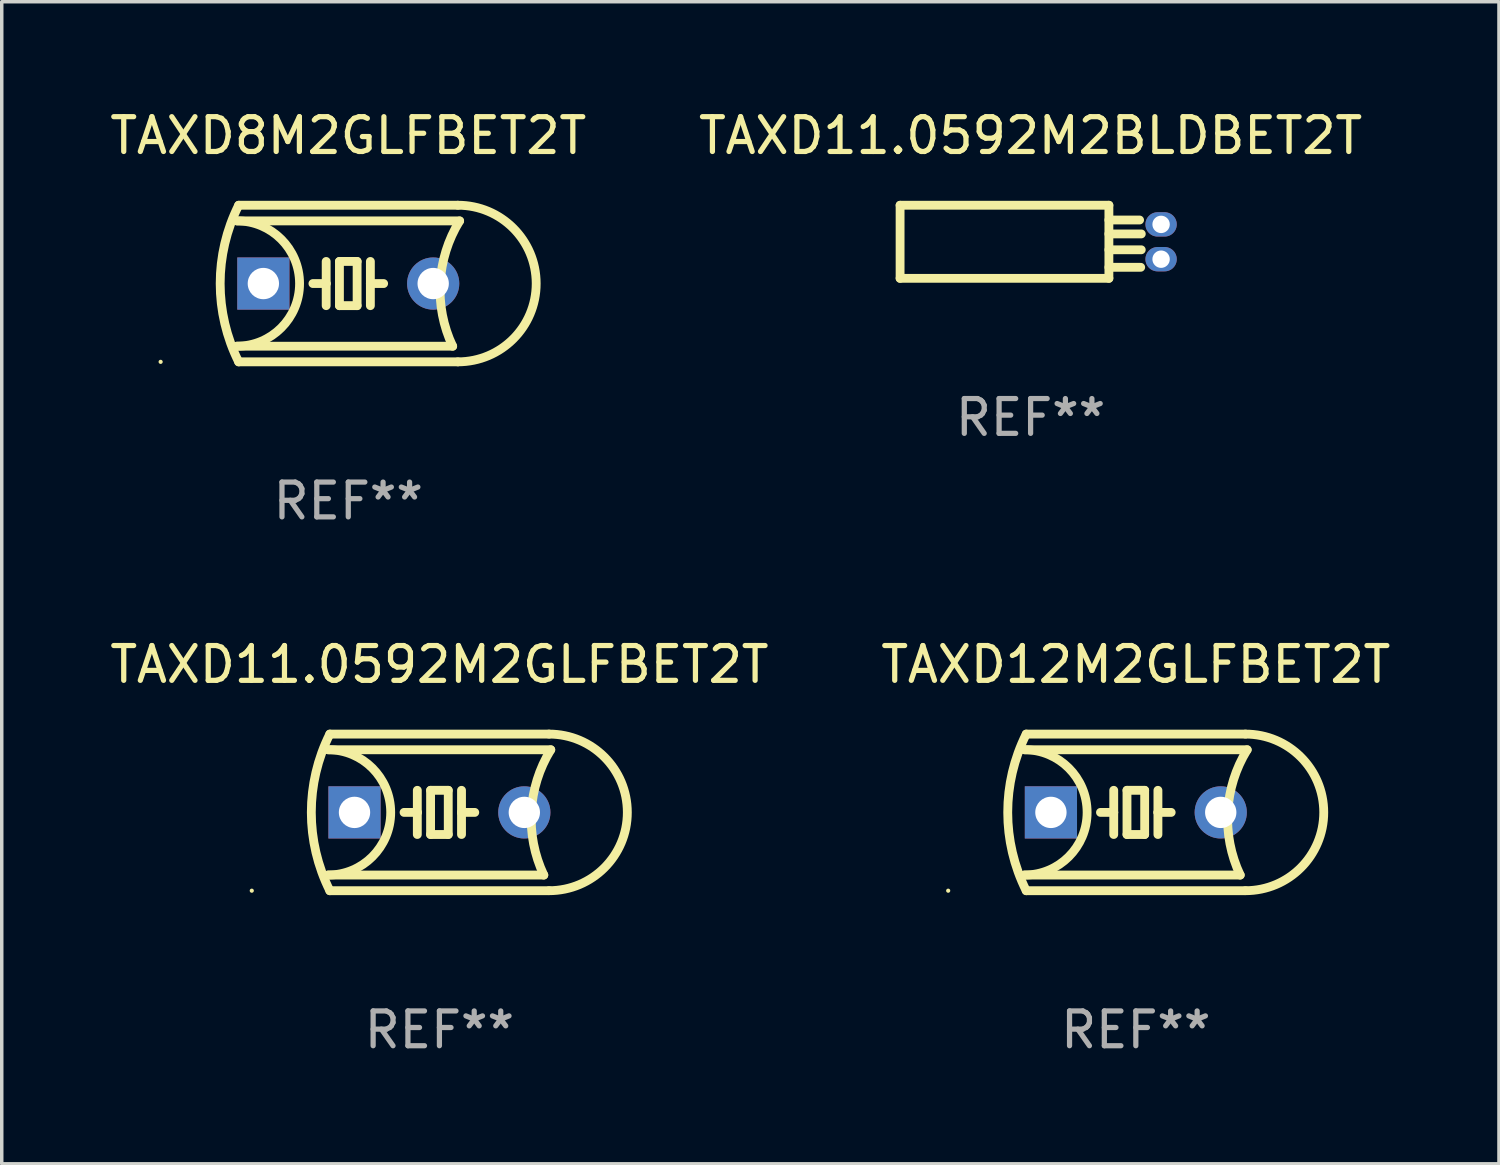
<source format=kicad_pcb>
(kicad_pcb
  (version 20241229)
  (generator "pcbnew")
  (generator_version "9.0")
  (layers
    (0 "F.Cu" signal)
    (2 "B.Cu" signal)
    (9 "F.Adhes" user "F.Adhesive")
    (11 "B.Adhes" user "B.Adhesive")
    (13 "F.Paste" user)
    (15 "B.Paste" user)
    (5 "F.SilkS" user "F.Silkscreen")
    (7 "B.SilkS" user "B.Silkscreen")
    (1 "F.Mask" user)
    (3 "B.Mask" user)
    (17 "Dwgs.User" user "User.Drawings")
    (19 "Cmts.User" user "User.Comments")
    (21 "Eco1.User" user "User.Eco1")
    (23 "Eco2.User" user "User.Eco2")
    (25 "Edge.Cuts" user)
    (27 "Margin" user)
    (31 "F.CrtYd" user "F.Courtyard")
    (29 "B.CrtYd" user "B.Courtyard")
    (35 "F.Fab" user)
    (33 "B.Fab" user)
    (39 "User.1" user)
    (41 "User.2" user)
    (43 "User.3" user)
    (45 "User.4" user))
  (footprint "TAXD11.0592M2GLFBET2T"
    (layer "F.Cu")
    (at 9.577 20.295)
    (property "Reference" "TAXD11.0592M2GLFBET2T" (at 0 -4.25 0) (layer "F.SilkS") (effects (font (size 1 1) (thickness 0.15))))
    (attr through_hole)
    (fp_line (start -3.2 -1.8) (end 3.2 -1.8) (stroke (width 0.254) (type solid)) (layer "F.SilkS"))
    (fp_line (start -3.15 2.25) (end 3.15 2.25) (stroke (width 0.254) (type solid)) (layer "F.SilkS"))
    (fp_line (start -0.635 -0.635) (end -0.635 0) (stroke (width 0.254) (type solid)) (layer "F.SilkS"))
    (fp_line (start -0.635 0) (end -1.016 0) (stroke (width 0.254) (type solid)) (layer "F.SilkS"))
    (fp_line (start -0.635 0) (end -0.635 0.635) (stroke (width 0.254) (type solid)) (layer "F.SilkS"))
    (fp_line (start -0.254 -0.635) (end -0.254 0.635) (stroke (width 0.254) (type solid)) (layer "F.SilkS"))
    (fp_line (start -0.254 0.635) (end 0.254 0.635) (stroke (width 0.254) (type solid)) (layer "F.SilkS"))
    (fp_line (start 0.254 -0.635) (end -0.254 -0.635) (stroke (width 0.254) (type solid)) (layer "F.SilkS"))
    (fp_line (start 0.254 0.635) (end 0.254 -0.635) (stroke (width 0.254) (type solid)) (layer "F.SilkS"))
    (fp_line (start 0.635 -0.635) (end 0.635 0) (stroke (width 0.254) (type solid)) (layer "F.SilkS"))
    (fp_line (start 0.635 0) (end 0.635 0.635) (stroke (width 0.254) (type solid)) (layer "F.SilkS"))
    (fp_line (start 0.635 0) (end 1.016 0) (stroke (width 0.254) (type solid)) (layer "F.SilkS"))
    (fp_line (start 3 1.8) (end -3.2 1.8) (stroke (width 0.254) (type solid)) (layer "F.SilkS"))
    (fp_line (start 3.15 -2.25) (end -3.15 -2.25) (stroke (width 0.254) (type solid)) (layer "F.SilkS"))
    (fp_arc (start -3.200406 -1.800864) (mid -1.399974 -0.000635) (end -3.2 1.8) (stroke (width 0.254001) (type solid)) (layer "F.SilkS"))
    (fp_arc (start -3.149606 2.250444) (mid -3.680941 0.000261) (end -3.149987 -2.250013) (stroke (width 0.254001) (type solid)) (layer "F.SilkS"))
    (fp_arc (start 2.999746 1.800863) (mid 2.642982 -0.024977) (end 3.2 -1.8) (stroke (width 0.254001) (type solid)) (layer "F.SilkS"))
    (fp_arc (start 3.149607 -2.250445) (mid 5.399848 -0.000406) (end 3.149987 2.250013) (stroke (width 0.254001) (type solid)) (layer "F.SilkS"))
    (fp_circle (center -5.392 2.25) (end -5.362 2.25) (stroke (width 0.06) (type solid)) (fill no) (layer "F.SilkS"))
    (fp_text user "REF**" (at 0 6.25 0) (layer "F.Fab") (effects (font (size 1 1) (thickness 0.15))))
    (pad "1" thru_hole rect (at -2.44 0) (size 1.5 1.5) (drill 0.9) (layers "*.Cu" "*.Mask"))
    (pad "2" thru_hole circle (at 2.44 0) (size 1.5 1.5) (drill 0.9) (layers "*.Cu" "*.Mask")))
  (footprint "TAXD12M2GLFBET2T"
    (layer "F.Cu")
    (at 29.589 20.295)
    (property "Reference" "TAXD12M2GLFBET2T" (at 0 -4.25 0) (layer "F.SilkS") (effects (font (size 1 1) (thickness 0.15))))
    (attr through_hole)
    (fp_line (start -3.2 -1.8) (end 3.2 -1.8) (stroke (width 0.254) (type solid)) (layer "F.SilkS"))
    (fp_line (start -3.15 2.25) (end 3.15 2.25) (stroke (width 0.254) (type solid)) (layer "F.SilkS"))
    (fp_line (start -0.635 -0.635) (end -0.635 0) (stroke (width 0.254) (type solid)) (layer "F.SilkS"))
    (fp_line (start -0.635 0) (end -1.016 0) (stroke (width 0.254) (type solid)) (layer "F.SilkS"))
    (fp_line (start -0.635 0) (end -0.635 0.635) (stroke (width 0.254) (type solid)) (layer "F.SilkS"))
    (fp_line (start -0.254 -0.635) (end -0.254 0.635) (stroke (width 0.254) (type solid)) (layer "F.SilkS"))
    (fp_line (start -0.254 0.635) (end 0.254 0.635) (stroke (width 0.254) (type solid)) (layer "F.SilkS"))
    (fp_line (start 0.254 -0.635) (end -0.254 -0.635) (stroke (width 0.254) (type solid)) (layer "F.SilkS"))
    (fp_line (start 0.254 0.635) (end 0.254 -0.635) (stroke (width 0.254) (type solid)) (layer "F.SilkS"))
    (fp_line (start 0.635 -0.635) (end 0.635 0) (stroke (width 0.254) (type solid)) (layer "F.SilkS"))
    (fp_line (start 0.635 0) (end 0.635 0.635) (stroke (width 0.254) (type solid)) (layer "F.SilkS"))
    (fp_line (start 0.635 0) (end 1.016 0) (stroke (width 0.254) (type solid)) (layer "F.SilkS"))
    (fp_line (start 3 1.8) (end -3.2 1.8) (stroke (width 0.254) (type solid)) (layer "F.SilkS"))
    (fp_line (start 3.15 -2.25) (end -3.15 -2.25) (stroke (width 0.254) (type solid)) (layer "F.SilkS"))
    (fp_arc (start -3.200406 -1.800864) (mid -1.399974 -0.000635) (end -3.2 1.8) (stroke (width 0.254001) (type solid)) (layer "F.SilkS"))
    (fp_arc (start -3.149606 2.250444) (mid -3.680941 0.000261) (end -3.149987 -2.250013) (stroke (width 0.254001) (type solid)) (layer "F.SilkS"))
    (fp_arc (start 2.999746 1.800863) (mid 2.642982 -0.024977) (end 3.2 -1.8) (stroke (width 0.254001) (type solid)) (layer "F.SilkS"))
    (fp_arc (start 3.149607 -2.250445) (mid 5.399848 -0.000406) (end 3.149987 2.250013) (stroke (width 0.254001) (type solid)) (layer "F.SilkS"))
    (fp_circle (center -5.392 2.25) (end -5.362 2.25) (stroke (width 0.06) (type solid)) (fill no) (layer "F.SilkS"))
    (fp_text user "REF**" (at 0 6.25 0) (layer "F.Fab") (effects (font (size 1 1) (thickness 0.15))))
    (pad "1" thru_hole rect (at -2.44 0) (size 1.5 1.5) (drill 0.9) (layers "*.Cu" "*.Mask"))
    (pad "2" thru_hole circle (at 2.44 0) (size 1.5 1.5) (drill 0.9) (layers "*.Cu" "*.Mask")))
  (footprint "TAXD8M2GLFBET2T"
    (layer "F.Cu")
    (at 6.958 5.098)
    (property "Reference" "TAXD8M2GLFBET2T" (at 0 -4.25 0) (layer "F.SilkS") (effects (font (size 1 1) (thickness 0.15))))
    (attr through_hole)
    (fp_line (start -3.2 -1.8) (end 3.2 -1.8) (stroke (width 0.254) (type solid)) (layer "F.SilkS"))
    (fp_line (start -3.15 2.25) (end 3.15 2.25) (stroke (width 0.254) (type solid)) (layer "F.SilkS"))
    (fp_line (start -0.635 -0.635) (end -0.635 0) (stroke (width 0.254) (type solid)) (layer "F.SilkS"))
    (fp_line (start -0.635 0) (end -1.016 0) (stroke (width 0.254) (type solid)) (layer "F.SilkS"))
    (fp_line (start -0.635 0) (end -0.635 0.635) (stroke (width 0.254) (type solid)) (layer "F.SilkS"))
    (fp_line (start -0.254 -0.635) (end -0.254 0.635) (stroke (width 0.254) (type solid)) (layer "F.SilkS"))
    (fp_line (start -0.254 0.635) (end 0.254 0.635) (stroke (width 0.254) (type solid)) (layer "F.SilkS"))
    (fp_line (start 0.254 -0.635) (end -0.254 -0.635) (stroke (width 0.254) (type solid)) (layer "F.SilkS"))
    (fp_line (start 0.254 0.635) (end 0.254 -0.635) (stroke (width 0.254) (type solid)) (layer "F.SilkS"))
    (fp_line (start 0.635 -0.635) (end 0.635 0) (stroke (width 0.254) (type solid)) (layer "F.SilkS"))
    (fp_line (start 0.635 0) (end 0.635 0.635) (stroke (width 0.254) (type solid)) (layer "F.SilkS"))
    (fp_line (start 0.635 0) (end 1.016 0) (stroke (width 0.254) (type solid)) (layer "F.SilkS"))
    (fp_line (start 3 1.8) (end -3.2 1.8) (stroke (width 0.254) (type solid)) (layer "F.SilkS"))
    (fp_line (start 3.15 -2.25) (end -3.15 -2.25) (stroke (width 0.254) (type solid)) (layer "F.SilkS"))
    (fp_arc (start -3.200406 -1.800864) (mid -1.399974 -0.000635) (end -3.2 1.8) (stroke (width 0.254001) (type solid)) (layer "F.SilkS"))
    (fp_arc (start -3.149606 2.250444) (mid -3.680941 0.000261) (end -3.149987 -2.250013) (stroke (width 0.254001) (type solid)) (layer "F.SilkS"))
    (fp_arc (start 2.999746 1.800863) (mid 2.642982 -0.024977) (end 3.2 -1.8) (stroke (width 0.254001) (type solid)) (layer "F.SilkS"))
    (fp_arc (start 3.149607 -2.250445) (mid 5.399848 -0.000406) (end 3.149987 2.250013) (stroke (width 0.254001) (type solid)) (layer "F.SilkS"))
    (fp_circle (center -5.392 2.25) (end -5.362 2.25) (stroke (width 0.06) (type solid)) (fill no) (layer "F.SilkS"))
    (fp_text user "REF**" (at 0 6.25 0) (layer "F.Fab") (effects (font (size 1 1) (thickness 0.15))))
    (pad "1" thru_hole rect (at -2.44 0) (size 1.5 1.5) (drill 0.9) (layers "*.Cu" "*.Mask"))
    (pad "2" thru_hole circle (at 2.44 0) (size 1.5 1.5) (drill 0.9) (layers "*.Cu" "*.Mask")))
  (footprint "TAXD11.0592M2BLDBET2T"
    (layer "F.Cu")
    (at 26.565 3.898)
    (property "Reference" "TAXD11.0592M2BLDBET2T" (at 0 -3.05 0) (layer "F.SilkS") (effects (font (size 1 1) (thickness 0.15))))
    (attr through_hole)
    (fp_line (start -3.75 -1.05) (end -3.75 1.05) (stroke (width 0.254) (type solid)) (layer "F.SilkS"))
    (fp_line (start 2.25 -1.05) (end -3.75 -1.05) (stroke (width 0.254) (type solid)) (layer "F.SilkS"))
    (fp_line (start 2.25 -1.05) (end 2.25 1.05) (stroke (width 0.254) (type solid)) (layer "F.SilkS"))
    (fp_line (start 2.25 -0.626) (end 3.132 -0.626) (stroke (width 0.254) (type solid)) (layer "F.SilkS"))
    (fp_line (start 2.25 -0.226) (end 3.181 -0.226) (stroke (width 0.254) (type solid)) (layer "F.SilkS"))
    (fp_line (start 2.25 0.23) (end 3.18 0.23) (stroke (width 0.254) (type solid)) (layer "F.SilkS"))
    (fp_line (start 2.25 0.733) (end 3.164 0.733) (stroke (width 0.254) (type solid)) (layer "F.SilkS"))
    (fp_line (start 2.25 1.05) (end -3.75 1.05) (stroke (width 0.254) (type solid)) (layer "F.SilkS"))
    (fp_circle (center -3.74 -0.98) (end -3.71 -0.98) (stroke (width 0.06) (type solid)) (fill no) (layer "F.SilkS"))
    (fp_text user "REF**" (at 0 5.05 0) (layer "F.Fab") (effects (font (size 1 1) (thickness 0.15))))
    (pad "1" thru_hole oval (at 3.75 -0.5) (size 0.9 0.7) (drill 0.5) (layers "*.Cu" "*.Mask"))
    (pad "2" thru_hole oval (at 3.75 0.5) (size 0.9 0.7) (drill 0.5) (layers "*.Cu" "*.Mask")))
  (gr_rect
    (start -3 -3)
    (end 40.024 30.393)
    (stroke (width 0.1) (type default))
    (fill no)
    (layer "Edge.Cuts")))
</source>
